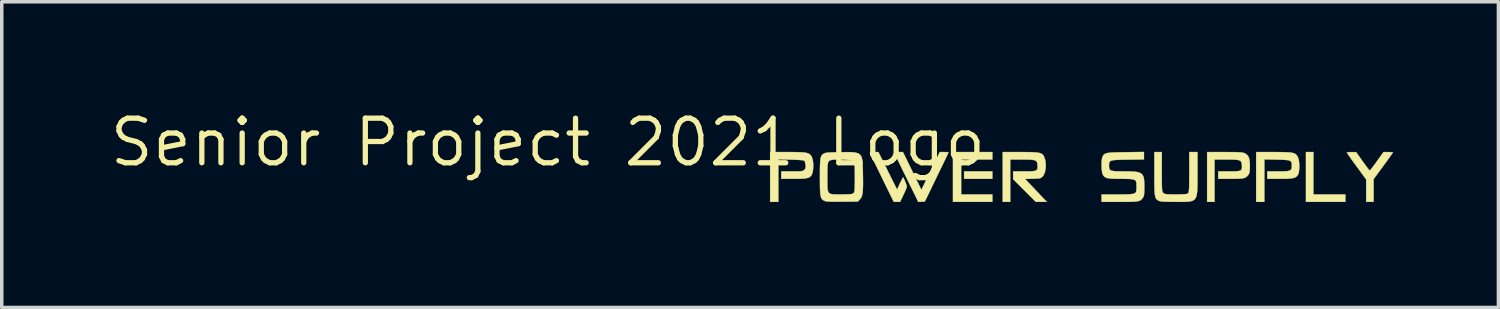
<source format=kicad_pcb>
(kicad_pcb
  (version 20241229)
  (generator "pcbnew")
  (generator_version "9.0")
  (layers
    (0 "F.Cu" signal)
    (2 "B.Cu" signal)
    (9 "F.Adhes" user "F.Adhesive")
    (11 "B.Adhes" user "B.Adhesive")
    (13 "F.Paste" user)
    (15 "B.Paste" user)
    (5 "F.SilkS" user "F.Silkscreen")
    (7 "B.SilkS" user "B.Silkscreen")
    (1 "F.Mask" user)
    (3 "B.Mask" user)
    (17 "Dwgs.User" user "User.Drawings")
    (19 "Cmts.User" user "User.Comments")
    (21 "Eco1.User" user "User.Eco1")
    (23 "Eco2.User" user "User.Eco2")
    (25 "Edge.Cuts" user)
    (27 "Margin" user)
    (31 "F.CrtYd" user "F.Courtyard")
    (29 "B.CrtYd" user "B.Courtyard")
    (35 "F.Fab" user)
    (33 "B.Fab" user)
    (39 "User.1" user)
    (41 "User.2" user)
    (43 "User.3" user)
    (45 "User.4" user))
  (footprint "Senior Project 2021 Logo"
    (layer "F.Cu")
    (at 12.556 1.006)
    (property "Reference" "Senior Project 2021 Logo" (at 0 0 0) (layer "F.SilkS") (effects (font (size 1.27 1.27) (thickness 0.15))))
    (attr through_hole)
    (fp_poly (pts (xy 12.658 1.037) (xy 11.853 1.037) (xy 11.853 0.826) (xy 12.658 0.826) (xy 12.658 1.037)) (stroke (width 0.01) (type solid)) (fill yes) (layer "F.SilkS"))
    (fp_poly (pts (xy 21.802 1.482) (xy 22.712 1.482) (xy 22.712 1.693) (xy 21.59 1.693) (xy 21.59 0.275) (xy 21.802 0.275) (xy 21.802 1.482)) (stroke (width 0.01) (type solid)) (fill yes) (layer "F.SilkS"))
    (fp_poly (pts (xy 12.658 0.487) (xy 11.769 0.487) (xy 11.769 1.482) (xy 12.658 1.482) (xy 12.658 1.693) (xy 11.536 1.693) (xy 11.536 0.275) (xy 12.658 0.275) (xy 12.658 0.487)) (stroke (width 0.01) (type solid)) (fill yes) (layer "F.SilkS"))
    (fp_poly (pts (xy 10.637 1.351) (xy 11.161 0.275) (xy 11.285 0.275) (xy 11.351 0.277) (xy 11.396 0.28) (xy 11.409 0.284) (xy 11.4 0.305) (xy 11.375 0.359) (xy 11.335 0.443) (xy 11.283 0.551) (xy 11.22 0.681) (xy 11.149 0.828) (xy 11.072 0.986) (xy 11.072 0.988) (xy 10.735 1.683) (xy 10.642 1.689) (xy 10.549 1.695) (xy 10.206 0.997) (xy 10.128 0.838) (xy 10.057 0.691) (xy 9.993 0.56) (xy 9.94 0.45) (xy 9.899 0.365) (xy 9.873 0.309) (xy 9.864 0.287) (xy 9.864 0.287) (xy 9.883 0.281) (xy 9.933 0.276) (xy 9.987 0.275) (xy 10.111 0.275) (xy 10.637 1.351)) (stroke (width 0.01) (type solid)) (fill yes) (layer "F.SilkS"))
    (fp_poly (pts (xy 9.678 0.81) (xy 9.944 1.344) (xy 10.025 1.169) (xy 10.062 1.093) (xy 10.092 1.033) (xy 10.112 0.999) (xy 10.117 0.995) (xy 10.13 1.013) (xy 10.151 1.058) (xy 10.176 1.119) (xy 10.2 1.181) (xy 10.217 1.234) (xy 10.223 1.263) (xy 10.215 1.29) (xy 10.192 1.347) (xy 10.158 1.424) (xy 10.127 1.489) (xy 10.03 1.693) (xy 9.85 1.693) (xy 9.513 1.003) (xy 9.435 0.844) (xy 9.364 0.698) (xy 9.3 0.567) (xy 9.247 0.457) (xy 9.206 0.372) (xy 9.179 0.316) (xy 9.169 0.294) (xy 9.184 0.284) (xy 9.231 0.277) (xy 9.287 0.275) (xy 9.412 0.275) (xy 9.678 0.81)) (stroke (width 0.01) (type solid)) (fill yes) (layer "F.SilkS"))
    (fp_poly (pts (xy 24.002 0.277) (xy 24.05 0.281) (xy 24.067 0.285) (xy 24.055 0.305) (xy 24.021 0.353) (xy 23.97 0.425) (xy 23.904 0.517) (xy 23.827 0.622) (xy 23.791 0.671) (xy 23.516 1.046) (xy 23.516 1.693) (xy 23.305 1.693) (xy 23.305 1.054) (xy 23.029 0.678) (xy 22.949 0.568) (xy 22.878 0.469) (xy 22.82 0.387) (xy 22.778 0.327) (xy 22.757 0.294) (xy 22.754 0.289) (xy 22.773 0.282) (xy 22.824 0.277) (xy 22.886 0.276) (xy 23.019 0.277) (xy 23.206 0.541) (xy 23.272 0.632) (xy 23.329 0.709) (xy 23.374 0.767) (xy 23.401 0.799) (xy 23.407 0.804) (xy 23.424 0.787) (xy 23.46 0.742) (xy 23.511 0.674) (xy 23.574 0.59) (xy 23.61 0.539) (xy 23.799 0.275) (xy 23.933 0.275) (xy 24.002 0.277)) (stroke (width 0.01) (type solid)) (fill yes) (layer "F.SilkS"))
    (fp_poly (pts (xy 20.675 0.275) (xy 20.853 0.276) (xy 20.995 0.279) (xy 21.105 0.284) (xy 21.187 0.294) (xy 21.248 0.31) (xy 21.291 0.331) (xy 21.324 0.361) (xy 21.349 0.398) (xy 21.362 0.423) (xy 21.385 0.494) (xy 21.397 0.591) (xy 21.401 0.697) (xy 21.394 0.8) (xy 21.378 0.883) (xy 21.366 0.913) (xy 21.339 0.955) (xy 21.303 0.986) (xy 21.251 1.009) (xy 21.179 1.024) (xy 21.08 1.033) (xy 20.949 1.037) (xy 20.839 1.037) (xy 20.489 1.037) (xy 20.489 0.826) (xy 20.804 0.826) (xy 20.94 0.824) (xy 21.04 0.82) (xy 21.108 0.809) (xy 21.152 0.789) (xy 21.176 0.759) (xy 21.186 0.715) (xy 21.188 0.664) (xy 21.186 0.608) (xy 21.178 0.566) (xy 21.157 0.536) (xy 21.119 0.516) (xy 21.057 0.503) (xy 20.967 0.496) (xy 20.842 0.492) (xy 20.766 0.49) (xy 20.405 0.483) (xy 20.405 1.693) (xy 20.172 1.693) (xy 20.172 0.275) (xy 20.675 0.275)) (stroke (width 0.01) (type solid)) (fill yes) (layer "F.SilkS"))
    (fp_poly (pts (xy 6.832 0.275) (xy 7.01 0.276) (xy 7.152 0.279) (xy 7.262 0.284) (xy 7.344 0.294) (xy 7.405 0.31) (xy 7.448 0.331) (xy 7.481 0.361) (xy 7.506 0.398) (xy 7.519 0.423) (xy 7.543 0.5) (xy 7.556 0.601) (xy 7.556 0.712) (xy 7.546 0.816) (xy 7.524 0.898) (xy 7.521 0.904) (xy 7.496 0.949) (xy 7.463 0.982) (xy 7.417 1.006) (xy 7.351 1.022) (xy 7.261 1.032) (xy 7.14 1.036) (xy 6.996 1.037) (xy 6.646 1.037) (xy 6.646 0.826) (xy 6.953 0.826) (xy 7.074 0.825) (xy 7.16 0.823) (xy 7.219 0.819) (xy 7.257 0.811) (xy 7.283 0.799) (xy 7.304 0.782) (xy 7.305 0.781) (xy 7.334 0.742) (xy 7.343 0.694) (xy 7.339 0.641) (xy 7.327 0.578) (xy 7.311 0.532) (xy 7.304 0.522) (xy 7.271 0.511) (xy 7.197 0.502) (xy 7.082 0.495) (xy 6.929 0.491) (xy 6.92 0.49) (xy 6.562 0.483) (xy 6.562 1.693) (xy 6.329 1.693) (xy 6.329 0.275) (xy 6.832 0.275)) (stroke (width 0.01) (type solid)) (fill yes) (layer "F.SilkS"))
    (fp_poly (pts (xy 19.439 0.276) (xy 19.567 0.277) (xy 19.664 0.28) (xy 19.735 0.285) (xy 19.786 0.291) (xy 19.824 0.301) (xy 19.847 0.31) (xy 19.909 0.35) (xy 19.952 0.404) (xy 19.978 0.481) (xy 19.99 0.588) (xy 19.992 0.67) (xy 19.99 0.768) (xy 19.985 0.834) (xy 19.973 0.88) (xy 19.953 0.917) (xy 19.948 0.924) (xy 19.916 0.963) (xy 19.881 0.992) (xy 19.838 1.012) (xy 19.779 1.025) (xy 19.697 1.033) (xy 19.586 1.036) (xy 19.447 1.037) (xy 19.092 1.037) (xy 19.092 0.826) (xy 19.395 0.826) (xy 19.53 0.825) (xy 19.629 0.821) (xy 19.696 0.811) (xy 19.738 0.793) (xy 19.76 0.764) (xy 19.767 0.721) (xy 19.766 0.662) (xy 19.766 0.656) (xy 19.76 0.599) (xy 19.748 0.557) (xy 19.724 0.527) (xy 19.682 0.507) (xy 19.617 0.495) (xy 19.522 0.489) (xy 19.394 0.487) (xy 19.32 0.487) (xy 18.986 0.487) (xy 18.986 1.693) (xy 18.775 1.693) (xy 18.775 0.275) (xy 19.274 0.275) (xy 19.439 0.276)) (stroke (width 0.01) (type solid)) (fill yes) (layer "F.SilkS"))
    (fp_poly (pts (xy 13.631 0.276) (xy 13.773 0.278) (xy 13.882 0.284) (xy 13.964 0.293) (xy 14.024 0.307) (xy 14.067 0.327) (xy 14.097 0.353) (xy 14.121 0.387) (xy 14.128 0.4) (xy 14.164 0.502) (xy 14.18 0.619) (xy 14.176 0.739) (xy 14.154 0.85) (xy 14.114 0.938) (xy 14.097 0.959) (xy 14.069 0.989) (xy 14.042 1.009) (xy 14.007 1.021) (xy 13.954 1.028) (xy 13.873 1.032) (xy 13.813 1.034) (xy 13.588 1.041) (xy 14.208 1.693) (xy 13.895 1.693) (xy 13.573 1.37) (xy 13.25 1.047) (xy 13.25 0.826) (xy 13.566 0.826) (xy 13.703 0.825) (xy 13.803 0.821) (xy 13.872 0.811) (xy 13.915 0.792) (xy 13.938 0.762) (xy 13.946 0.719) (xy 13.945 0.659) (xy 13.945 0.649) (xy 13.939 0.595) (xy 13.926 0.554) (xy 13.901 0.525) (xy 13.857 0.506) (xy 13.79 0.495) (xy 13.694 0.489) (xy 13.562 0.487) (xy 13.499 0.487) (xy 13.166 0.487) (xy 13.166 1.693) (xy 12.954 1.693) (xy 12.954 0.275) (xy 13.452 0.275) (xy 13.631 0.276)) (stroke (width 0.01) (type solid)) (fill yes) (layer "F.SilkS"))
    (fp_poly (pts (xy 17.484 0.836) (xy 17.484 1.005) (xy 17.485 1.137) (xy 17.486 1.237) (xy 17.489 1.31) (xy 17.493 1.36) (xy 17.5 1.395) (xy 17.509 1.417) (xy 17.52 1.433) (xy 17.526 1.439) (xy 17.546 1.456) (xy 17.572 1.467) (xy 17.611 1.475) (xy 17.671 1.479) (xy 17.759 1.481) (xy 17.881 1.482) (xy 17.884 1.482) (xy 18.012 1.481) (xy 18.103 1.478) (xy 18.166 1.473) (xy 18.205 1.465) (xy 18.229 1.452) (xy 18.234 1.448) (xy 18.244 1.433) (xy 18.252 1.408) (xy 18.257 1.366) (xy 18.262 1.305) (xy 18.264 1.218) (xy 18.266 1.102) (xy 18.267 0.95) (xy 18.267 0.845) (xy 18.267 0.275) (xy 18.5 0.275) (xy 18.5 0.878) (xy 18.5 1.085) (xy 18.499 1.254) (xy 18.493 1.388) (xy 18.479 1.492) (xy 18.456 1.57) (xy 18.418 1.624) (xy 18.365 1.66) (xy 18.292 1.68) (xy 18.197 1.69) (xy 18.076 1.693) (xy 17.927 1.693) (xy 17.883 1.692) (xy 17.727 1.692) (xy 17.608 1.689) (xy 17.52 1.685) (xy 17.458 1.678) (xy 17.416 1.669) (xy 17.394 1.66) (xy 17.361 1.64) (xy 17.334 1.618) (xy 17.314 1.588) (xy 17.298 1.545) (xy 17.287 1.486) (xy 17.28 1.406) (xy 17.275 1.299) (xy 17.273 1.162) (xy 17.272 0.989) (xy 17.272 0.89) (xy 17.272 0.275) (xy 17.484 0.275) (xy 17.484 0.836)) (stroke (width 0.01) (type solid)) (fill yes) (layer "F.SilkS"))
    (fp_poly (pts (xy 16.976 0.484) (xy 16.508 0.491) (xy 16.346 0.493) (xy 16.22 0.497) (xy 16.128 0.503) (xy 16.063 0.514) (xy 16.02 0.53) (xy 15.996 0.554) (xy 15.984 0.587) (xy 15.981 0.631) (xy 15.981 0.668) (xy 15.983 0.721) (xy 15.993 0.761) (xy 16.016 0.789) (xy 16.058 0.807) (xy 16.124 0.818) (xy 16.22 0.824) (xy 16.35 0.825) (xy 16.412 0.826) (xy 16.583 0.827) (xy 16.716 0.834) (xy 16.816 0.85) (xy 16.888 0.879) (xy 16.936 0.924) (xy 16.966 0.988) (xy 16.981 1.076) (xy 16.986 1.19) (xy 16.986 1.262) (xy 16.985 1.374) (xy 16.982 1.452) (xy 16.976 1.506) (xy 16.964 1.543) (xy 16.947 1.573) (xy 16.942 1.581) (xy 16.915 1.614) (xy 16.888 1.64) (xy 16.853 1.66) (xy 16.807 1.674) (xy 16.744 1.683) (xy 16.657 1.689) (xy 16.543 1.692) (xy 16.395 1.693) (xy 16.282 1.693) (xy 15.769 1.693) (xy 15.769 1.482) (xy 16.22 1.482) (xy 16.385 1.482) (xy 16.513 1.48) (xy 16.609 1.474) (xy 16.676 1.463) (xy 16.721 1.445) (xy 16.747 1.417) (xy 16.76 1.378) (xy 16.764 1.325) (xy 16.764 1.259) (xy 16.763 1.186) (xy 16.757 1.131) (xy 16.74 1.091) (xy 16.707 1.065) (xy 16.652 1.049) (xy 16.571 1.041) (xy 16.459 1.038) (xy 16.314 1.037) (xy 16.162 1.036) (xy 16.046 1.031) (xy 15.961 1.022) (xy 15.899 1.006) (xy 15.856 0.982) (xy 15.824 0.949) (xy 15.801 0.911) (xy 15.785 0.855) (xy 15.774 0.771) (xy 15.769 0.672) (xy 15.77 0.572) (xy 15.777 0.484) (xy 15.791 0.421) (xy 15.794 0.414) (xy 15.812 0.377) (xy 15.835 0.347) (xy 15.865 0.325) (xy 15.909 0.309) (xy 15.971 0.297) (xy 16.057 0.289) (xy 16.172 0.284) (xy 16.319 0.281) (xy 16.452 0.279) (xy 16.976 0.272) (xy 16.976 0.484)) (stroke (width 0.01) (type solid)) (fill yes) (layer "F.SilkS"))
    (fp_poly (pts (xy 8.645 0.278) (xy 8.755 0.289) (xy 8.837 0.312) (xy 8.894 0.352) (xy 8.931 0.413) (xy 8.953 0.5) (xy 8.964 0.616) (xy 8.969 0.767) (xy 8.971 0.887) (xy 8.974 1.071) (xy 8.974 1.219) (xy 8.97 1.335) (xy 8.963 1.424) (xy 8.952 1.492) (xy 8.936 1.543) (xy 8.915 1.584) (xy 8.89 1.616) (xy 8.83 1.683) (xy 8.378 1.688) (xy 8.222 1.689) (xy 8.102 1.689) (xy 8.013 1.686) (xy 7.95 1.682) (xy 7.906 1.674) (xy 7.876 1.664) (xy 7.869 1.661) (xy 7.833 1.639) (xy 7.805 1.613) (xy 7.784 1.579) (xy 7.769 1.53) (xy 7.758 1.463) (xy 7.752 1.372) (xy 7.748 1.252) (xy 7.748 1.143) (xy 7.958 1.143) (xy 7.96 1.263) (xy 7.967 1.351) (xy 7.985 1.412) (xy 8.016 1.45) (xy 8.065 1.471) (xy 8.137 1.48) (xy 8.234 1.482) (xy 8.354 1.482) (xy 8.479 1.481) (xy 8.569 1.478) (xy 8.631 1.473) (xy 8.671 1.465) (xy 8.696 1.452) (xy 8.703 1.447) (xy 8.716 1.431) (xy 8.726 1.409) (xy 8.733 1.373) (xy 8.738 1.318) (xy 8.74 1.238) (xy 8.742 1.128) (xy 8.742 0.984) (xy 8.741 0.836) (xy 8.74 0.725) (xy 8.737 0.645) (xy 8.732 0.591) (xy 8.725 0.556) (xy 8.715 0.535) (xy 8.707 0.526) (xy 8.672 0.514) (xy 8.605 0.504) (xy 8.515 0.495) (xy 8.413 0.489) (xy 8.308 0.486) (xy 8.211 0.487) (xy 8.131 0.491) (xy 8.096 0.496) (xy 8.051 0.506) (xy 8.017 0.519) (xy 7.993 0.542) (xy 7.977 0.58) (xy 7.966 0.639) (xy 7.961 0.723) (xy 7.959 0.839) (xy 7.959 0.986) (xy 7.958 1.143) (xy 7.748 1.143) (xy 7.747 1.097) (xy 7.747 0.986) (xy 7.747 0.811) (xy 7.749 0.673) (xy 7.753 0.567) (xy 7.76 0.488) (xy 7.771 0.43) (xy 7.787 0.389) (xy 7.808 0.359) (xy 7.835 0.334) (xy 7.851 0.323) (xy 7.876 0.31) (xy 7.91 0.3) (xy 7.959 0.292) (xy 8.031 0.287) (xy 8.13 0.283) (xy 8.263 0.28) (xy 8.321 0.279) (xy 8.502 0.276) (xy 8.645 0.278)) (stroke (width 0.01) (type solid)) (fill yes) (layer "F.SilkS")))
  (gr_rect
    (start -3 -3)
    (end 39.628 5.707)
    (stroke (width 0.1) (type default))
    (fill no)
    (layer "Edge.Cuts")))
</source>
